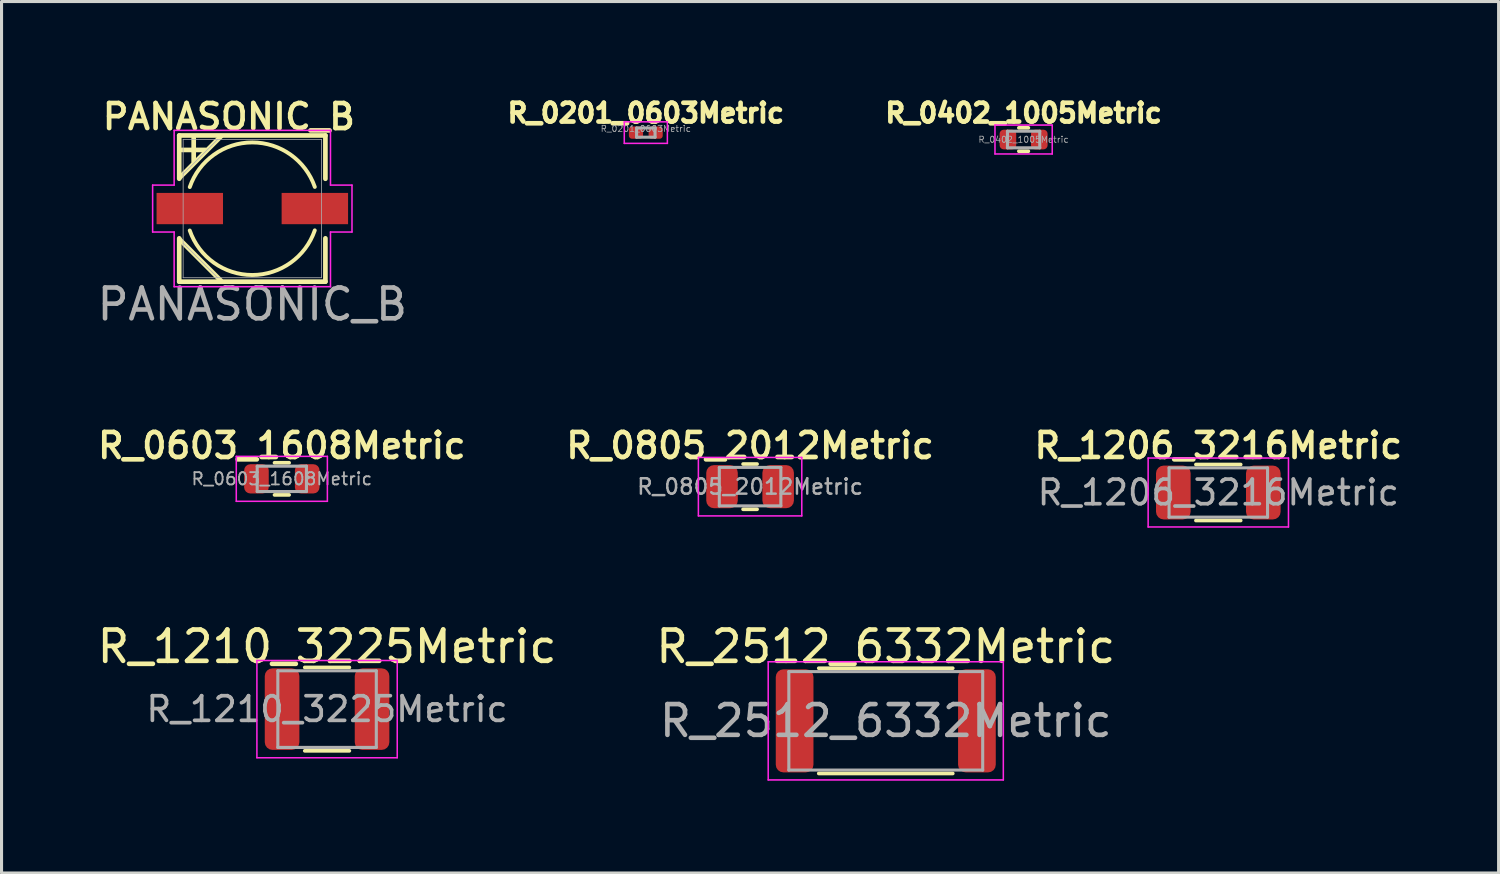
<source format=kicad_pcb>
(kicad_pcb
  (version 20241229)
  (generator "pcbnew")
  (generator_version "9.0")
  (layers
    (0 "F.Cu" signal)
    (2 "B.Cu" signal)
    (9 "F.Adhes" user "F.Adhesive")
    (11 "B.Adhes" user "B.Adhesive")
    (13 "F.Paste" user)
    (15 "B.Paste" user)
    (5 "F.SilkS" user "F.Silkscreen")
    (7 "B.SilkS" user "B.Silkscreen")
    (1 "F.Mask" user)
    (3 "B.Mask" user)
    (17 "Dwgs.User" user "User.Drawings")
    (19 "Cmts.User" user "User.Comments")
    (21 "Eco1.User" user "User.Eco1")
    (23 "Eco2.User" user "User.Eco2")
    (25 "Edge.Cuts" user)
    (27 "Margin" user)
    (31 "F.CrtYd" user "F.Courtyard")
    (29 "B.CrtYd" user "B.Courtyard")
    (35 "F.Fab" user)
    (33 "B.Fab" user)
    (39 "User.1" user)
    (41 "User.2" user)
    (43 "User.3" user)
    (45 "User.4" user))
  (footprint "R_0805_2012Metric"
    (layer "F.Cu")
    (at 21.324 12.764)
    (property "Reference" "R_0805_2012Metric" (at 0 -1.333 0) (layer "F.SilkS") (effects (font (size 0.813 0.813) (thickness 0.152) (bold yes))))
    (attr smd)
    (fp_line (start -0.227 -0.735) (end 0.227 -0.735) (stroke (width 0.12) (type solid)) (layer "F.SilkS"))
    (fp_line (start -0.227 0.735) (end 0.227 0.735) (stroke (width 0.12) (type solid)) (layer "F.SilkS"))
    (fp_line (start -1.68 -0.95) (end 1.68 -0.95) (stroke (width 0.05) (type solid)) (layer "F.CrtYd"))
    (fp_line (start -1.68 0.95) (end -1.68 -0.95) (stroke (width 0.05) (type solid)) (layer "F.CrtYd"))
    (fp_line (start 1.68 -0.95) (end 1.68 0.95) (stroke (width 0.05) (type solid)) (layer "F.CrtYd"))
    (fp_line (start 1.68 0.95) (end -1.68 0.95) (stroke (width 0.05) (type solid)) (layer "F.CrtYd"))
    (fp_line (start -1 -0.625) (end 1 -0.625) (stroke (width 0.1) (type solid)) (layer "F.Fab"))
    (fp_line (start -1 0.625) (end -1 -0.625) (stroke (width 0.1) (type solid)) (layer "F.Fab"))
    (fp_line (start 1 -0.625) (end 1 0.625) (stroke (width 0.1) (type solid)) (layer "F.Fab"))
    (fp_line (start 1 0.625) (end -1 0.625) (stroke (width 0.1) (type solid)) (layer "F.Fab"))
    (fp_text user "${REFERENCE}" (at 0 0 0) (layer "F.Fab") (effects (font (size 0.5 0.5) (thickness 0.08))))
    (pad "1" smd roundrect (at -0.912 0) (size 1.025 1.4) (layers "F.Cu" "F.Mask" "F.Paste") (roundrect_rratio 0.244))
    (pad "2" smd roundrect (at 0.912 0) (size 1.025 1.4) (layers "F.Cu" "F.Mask" "F.Paste") (roundrect_rratio 0.244)))
  (footprint "R_1206_3216Metric"
    (layer "F.Cu")
    (at 36.539 12.954)
    (property "Reference" "R_1206_3216Metric" (at 0 -1.524 0) (layer "F.SilkS") (effects (font (size 0.813 0.813) (thickness 0.152) (bold yes))))
    (attr smd)
    (fp_line (start -0.727 -0.91) (end 0.727 -0.91) (stroke (width 0.12) (type solid)) (layer "F.SilkS"))
    (fp_line (start -0.727 0.91) (end 0.727 0.91) (stroke (width 0.12) (type solid)) (layer "F.SilkS"))
    (fp_line (start -2.28 -1.12) (end 2.28 -1.12) (stroke (width 0.05) (type solid)) (layer "F.CrtYd"))
    (fp_line (start -2.28 1.12) (end -2.28 -1.12) (stroke (width 0.05) (type solid)) (layer "F.CrtYd"))
    (fp_line (start 2.28 -1.12) (end 2.28 1.12) (stroke (width 0.05) (type solid)) (layer "F.CrtYd"))
    (fp_line (start 2.28 1.12) (end -2.28 1.12) (stroke (width 0.05) (type solid)) (layer "F.CrtYd"))
    (fp_line (start -1.6 -0.8) (end 1.6 -0.8) (stroke (width 0.1) (type solid)) (layer "F.Fab"))
    (fp_line (start -1.6 0.8) (end -1.6 -0.8) (stroke (width 0.1) (type solid)) (layer "F.Fab"))
    (fp_line (start 1.6 -0.8) (end 1.6 0.8) (stroke (width 0.1) (type solid)) (layer "F.Fab"))
    (fp_line (start 1.6 0.8) (end -1.6 0.8) (stroke (width 0.1) (type solid)) (layer "F.Fab"))
    (fp_text user "${REFERENCE}" (at 0 0 0) (layer "F.Fab") (effects (font (size 0.8 0.8) (thickness 0.12))))
    (pad "1" smd roundrect (at -1.462 0) (size 1.125 1.75) (layers "F.Cu" "F.Mask" "F.Paste") (roundrect_rratio 0.222))
    (pad "2" smd roundrect (at 1.462 0) (size 1.125 1.75) (layers "F.Cu" "F.Mask" "F.Paste") (roundrect_rratio 0.222)))
  (footprint "R_0603_1608Metric"
    (layer "F.Cu")
    (at 6.108 12.51)
    (property "Reference" "R_0603_1608Metric" (at 0 -1.079 0) (layer "F.SilkS") (effects (font (size 0.813 0.813) (thickness 0.152) (bold yes))))
    (attr smd)
    (fp_line (start -0.237 -0.522) (end 0.237 -0.522) (stroke (width 0.12) (type solid)) (layer "F.SilkS"))
    (fp_line (start -0.237 0.522) (end 0.237 0.522) (stroke (width 0.12) (type solid)) (layer "F.SilkS"))
    (fp_line (start -1.48 -0.73) (end 1.48 -0.73) (stroke (width 0.05) (type solid)) (layer "F.CrtYd"))
    (fp_line (start -1.48 0.73) (end -1.48 -0.73) (stroke (width 0.05) (type solid)) (layer "F.CrtYd"))
    (fp_line (start 1.48 -0.73) (end 1.48 0.73) (stroke (width 0.05) (type solid)) (layer "F.CrtYd"))
    (fp_line (start 1.48 0.73) (end -1.48 0.73) (stroke (width 0.05) (type solid)) (layer "F.CrtYd"))
    (fp_line (start -0.8 -0.412) (end 0.8 -0.412) (stroke (width 0.1) (type solid)) (layer "F.Fab"))
    (fp_line (start -0.8 0.412) (end -0.8 -0.412) (stroke (width 0.1) (type solid)) (layer "F.Fab"))
    (fp_line (start 0.8 -0.412) (end 0.8 0.412) (stroke (width 0.1) (type solid)) (layer "F.Fab"))
    (fp_line (start 0.8 0.412) (end -0.8 0.412) (stroke (width 0.1) (type solid)) (layer "F.Fab"))
    (fp_text user "${REFERENCE}" (at 0 0 0) (layer "F.Fab") (effects (font (size 0.4 0.4) (thickness 0.06))))
    (pad "1" smd roundrect (at -0.825 0) (size 0.8 0.95) (layers "F.Cu" "F.Mask" "F.Paste") (roundrect_rratio 0.25))
    (pad "2" smd roundrect (at 0.825 0) (size 0.8 0.95) (layers "F.Cu" "F.Mask" "F.Paste") (roundrect_rratio 0.25)))
  (footprint "R_0201_0603Metric"
    (layer "F.Cu")
    (at 17.936 1.259)
    (property "Reference" "R_0201_0603Metric" (at 0 -0.635 0) (layer "F.SilkS") (effects (font (size 0.61 0.61) (thickness 0.152) (bold yes))))
    (attr smd)
    (fp_line (start -0.7 -0.35) (end 0.7 -0.35) (stroke (width 0.05) (type solid)) (layer "F.CrtYd"))
    (fp_line (start -0.7 0.35) (end -0.7 -0.35) (stroke (width 0.05) (type solid)) (layer "F.CrtYd"))
    (fp_line (start 0.7 -0.35) (end 0.7 0.35) (stroke (width 0.05) (type solid)) (layer "F.CrtYd"))
    (fp_line (start 0.7 0.35) (end -0.7 0.35) (stroke (width 0.05) (type solid)) (layer "F.CrtYd"))
    (fp_line (start -0.3 -0.15) (end 0.3 -0.15) (stroke (width 0.1) (type solid)) (layer "F.Fab"))
    (fp_line (start -0.3 0.15) (end -0.3 -0.15) (stroke (width 0.1) (type solid)) (layer "F.Fab"))
    (fp_line (start 0.3 -0.15) (end 0.3 0.15) (stroke (width 0.1) (type solid)) (layer "F.Fab"))
    (fp_line (start 0.3 0.15) (end -0.3 0.15) (stroke (width 0.1) (type solid)) (layer "F.Fab"))
    (fp_text user "${REFERENCE}" (at 0 -0.127 0) (layer "F.Fab") (effects (font (size 0.2 0.2) (thickness 0.025))))
    (pad "" smd roundrect (at -0.345 0) (size 0.318 0.36) (layers "F.Paste") (roundrect_rratio 0.25))
    (pad "" smd roundrect (at 0.345 0) (size 0.318 0.36) (layers "F.Paste") (roundrect_rratio 0.25))
    (pad "1" smd roundrect (at -0.32 0) (size 0.46 0.4) (layers "F.Cu" "F.Mask") (roundrect_rratio 0.25))
    (pad "2" smd roundrect (at 0.32 0) (size 0.46 0.4) (layers "F.Cu" "F.Mask") (roundrect_rratio 0.25)))
  (footprint "R_2512_6332Metric"
    (layer "F.Cu")
    (at 25.733 20.374)
    (property "Reference" "R_2512_6332Metric" (at 0 -2.413 0) (layer "F.SilkS") (effects (font (size 1.016 1.016) (thickness 0.152))))
    (attr smd)
    (fp_line (start -2.177 -1.71) (end 2.177 -1.71) (stroke (width 0.12) (type solid)) (layer "F.SilkS"))
    (fp_line (start -2.177 1.71) (end 2.177 1.71) (stroke (width 0.12) (type solid)) (layer "F.SilkS"))
    (fp_line (start -3.82 -1.92) (end 3.82 -1.92) (stroke (width 0.05) (type solid)) (layer "F.CrtYd"))
    (fp_line (start -3.82 1.92) (end -3.82 -1.92) (stroke (width 0.05) (type solid)) (layer "F.CrtYd"))
    (fp_line (start 3.82 -1.92) (end 3.82 1.92) (stroke (width 0.05) (type solid)) (layer "F.CrtYd"))
    (fp_line (start 3.82 1.92) (end -3.82 1.92) (stroke (width 0.05) (type solid)) (layer "F.CrtYd"))
    (fp_line (start -3.15 -1.6) (end 3.15 -1.6) (stroke (width 0.1) (type solid)) (layer "F.Fab"))
    (fp_line (start -3.15 1.6) (end -3.15 -1.6) (stroke (width 0.1) (type solid)) (layer "F.Fab"))
    (fp_line (start 3.15 -1.6) (end 3.15 1.6) (stroke (width 0.1) (type solid)) (layer "F.Fab"))
    (fp_line (start 3.15 1.6) (end -3.15 1.6) (stroke (width 0.1) (type solid)) (layer "F.Fab"))
    (fp_text user "${REFERENCE}" (at 0 0 0) (layer "F.Fab") (effects (font (size 1 1) (thickness 0.15))))
    (pad "1" smd roundrect (at -2.962 0) (size 1.225 3.35) (layers "F.Cu" "F.Mask" "F.Paste") (roundrect_rratio 0.204))
    (pad "2" smd roundrect (at 2.962 0) (size 1.225 3.35) (layers "F.Cu" "F.Mask" "F.Paste") (roundrect_rratio 0.204)))
  (footprint "PANASONIC_B"
    (layer "F.Cu")
    (at 5.149 3.727)
    (property "Reference" "PANASONIC_B" (at -0.762 -2.985 0) (unlocked yes) (layer "F.SilkS") (effects (font (size 0.813 0.813) (thickness 0.152) (bold yes))))
    (attr smd)
    (fp_line (start -2.375 -2.375) (end -2.375 -0.968) (stroke (width 0.152) (type solid)) (layer "F.SilkS"))
    (fp_line (start -2.375 0.968) (end -2.375 2.375) (stroke (width 0.152) (type solid)) (layer "F.SilkS"))
    (fp_line (start -2.375 2.375) (end 2.375 2.375) (stroke (width 0.152) (type solid)) (layer "F.SilkS"))
    (fp_line (start -2.349 -1.016) (end -1.016 -2.349) (stroke (width 0.152) (type default)) (layer "F.SilkS"))
    (fp_line (start -2.349 1.016) (end -1.016 2.349) (stroke (width 0.152) (type default)) (layer "F.SilkS"))
    (fp_line (start -1.905 -2.286) (end -1.905 -1.524) (stroke (width 0.152) (type solid)) (layer "F.SilkS"))
    (fp_line (start -1.524 -1.905) (end -2.286 -1.905) (stroke (width 0.152) (type solid)) (layer "F.SilkS"))
    (fp_line (start 2.375 -2.375) (end -2.375 -2.375) (stroke (width 0.152) (type solid)) (layer "F.SilkS"))
    (fp_line (start 2.375 -0.968) (end 2.375 -2.375) (stroke (width 0.152) (type solid)) (layer "F.SilkS"))
    (fp_line (start 2.375 2.375) (end 2.375 0.968) (stroke (width 0.152) (type solid)) (layer "F.SilkS"))
    (fp_arc (start -2.032 -0.6985) (mid -0.002308 -2.148702) (end 2.030494 -0.702863) (stroke (width 0.127) (type default)) (layer "F.SilkS"))
    (fp_arc (start 2.029692 0.708798) (mid 0 2.159) (end -2.032802 0.713161) (stroke (width 0.127) (type default)) (layer "F.SilkS"))
    (fp_line (start -3.239 -0.762) (end -2.54 -0.762) (stroke (width 0.05) (type default)) (layer "F.CrtYd"))
    (fp_line (start -3.239 0.762) (end -3.239 -0.762) (stroke (width 0.05) (type default)) (layer "F.CrtYd"))
    (fp_line (start -2.54 -2.54) (end 2.54 -2.54) (stroke (width 0.05) (type default)) (layer "F.CrtYd"))
    (fp_line (start -2.54 -0.762) (end -2.54 -2.54) (stroke (width 0.05) (type default)) (layer "F.CrtYd"))
    (fp_line (start -2.54 0.762) (end -3.239 0.762) (stroke (width 0.05) (type default)) (layer "F.CrtYd"))
    (fp_line (start -2.54 2.54) (end -2.54 0.762) (stroke (width 0.05) (type default)) (layer "F.CrtYd"))
    (fp_line (start 2.54 -2.54) (end 2.54 -0.762) (stroke (width 0.05) (type default)) (layer "F.CrtYd"))
    (fp_line (start 2.54 -0.762) (end 3.239 -0.762) (stroke (width 0.05) (type default)) (layer "F.CrtYd"))
    (fp_line (start 2.54 0.762) (end 2.54 2.54) (stroke (width 0.05) (type default)) (layer "F.CrtYd"))
    (fp_line (start 2.54 2.54) (end -2.54 2.54) (stroke (width 0.05) (type default)) (layer "F.CrtYd"))
    (fp_line (start 3.239 -0.762) (end 3.239 0.762) (stroke (width 0.05) (type default)) (layer "F.CrtYd"))
    (fp_line (start 3.239 0.762) (end 2.54 0.762) (stroke (width 0.05) (type default)) (layer "F.CrtYd"))
    (fp_line (start -2.248 -2.248) (end -2.248 2.248) (stroke (width 0.025) (type solid)) (layer "F.Fab"))
    (fp_line (start -2.248 -1.124) (end -1.124 -2.248) (stroke (width 0.025) (type solid)) (layer "F.Fab"))
    (fp_line (start -2.248 1.124) (end -1.124 2.248) (stroke (width 0.025) (type solid)) (layer "F.Fab"))
    (fp_line (start -2.248 2.248) (end 2.248 2.248) (stroke (width 0.025) (type solid)) (layer "F.Fab"))
    (fp_line (start 2.248 -2.248) (end -2.248 -2.248) (stroke (width 0.025) (type solid)) (layer "F.Fab"))
    (fp_line (start 2.248 2.248) (end 2.248 -2.248) (stroke (width 0.025) (type solid)) (layer "F.Fab"))
    (fp_text user "${REFERENCE}" (at 0 3.111 0) (unlocked yes) (layer "F.Fab") (effects (font (size 1 1) (thickness 0.15))))
    (pad "+" smd rect (at -2.032 0) (size 2.159 1.016) (layers "F.Cu" "F.Mask" "F.Paste"))
    (pad "-" smd rect (at 2.032 0) (size 2.159 1.016) (layers "F.Cu" "F.Mask" "F.Paste")))
  (footprint "R_1210_3225Metric"
    (layer "F.Cu")
    (at 7.578 19.993)
    (property "Reference" "R_1210_3225Metric" (at 0 -2.032 0) (layer "F.SilkS") (effects (font (size 1.016 1.016) (thickness 0.152))))
    (attr smd)
    (fp_line (start -0.724 -1.355) (end 0.724 -1.355) (stroke (width 0.12) (type solid)) (layer "F.SilkS"))
    (fp_line (start -0.724 1.355) (end 0.724 1.355) (stroke (width 0.12) (type solid)) (layer "F.SilkS"))
    (fp_line (start -2.28 -1.58) (end 2.28 -1.58) (stroke (width 0.05) (type solid)) (layer "F.CrtYd"))
    (fp_line (start -2.28 1.58) (end -2.28 -1.58) (stroke (width 0.05) (type solid)) (layer "F.CrtYd"))
    (fp_line (start 2.28 -1.58) (end 2.28 1.58) (stroke (width 0.05) (type solid)) (layer "F.CrtYd"))
    (fp_line (start 2.28 1.58) (end -2.28 1.58) (stroke (width 0.05) (type solid)) (layer "F.CrtYd"))
    (fp_line (start -1.6 -1.245) (end 1.6 -1.245) (stroke (width 0.1) (type solid)) (layer "F.Fab"))
    (fp_line (start -1.6 1.245) (end -1.6 -1.245) (stroke (width 0.1) (type solid)) (layer "F.Fab"))
    (fp_line (start 1.6 -1.245) (end 1.6 1.245) (stroke (width 0.1) (type solid)) (layer "F.Fab"))
    (fp_line (start 1.6 1.245) (end -1.6 1.245) (stroke (width 0.1) (type solid)) (layer "F.Fab"))
    (fp_text user "${REFERENCE}" (at 0 0 0) (layer "F.Fab") (effects (font (size 0.8 0.8) (thickness 0.12))))
    (pad "1" smd roundrect (at -1.462 0) (size 1.125 2.65) (layers "F.Cu" "F.Mask" "F.Paste") (roundrect_rratio 0.222))
    (pad "2" smd roundrect (at 1.462 0) (size 1.125 2.65) (layers "F.Cu" "F.Mask" "F.Paste") (roundrect_rratio 0.222)))
  (footprint "R_0402_1005Metric"
    (layer "F.Cu")
    (at 30.212 1.484)
    (property "Reference" "R_0402_1005Metric" (at 0 -0.86 0) (layer "F.SilkS") (effects (font (size 0.61 0.61) (thickness 0.152) (bold yes))))
    (attr smd)
    (fp_line (start -0.154 -0.38) (end 0.154 -0.38) (stroke (width 0.12) (type solid)) (layer "F.SilkS"))
    (fp_line (start -0.154 0.38) (end 0.154 0.38) (stroke (width 0.12) (type solid)) (layer "F.SilkS"))
    (fp_line (start -0.93 -0.47) (end 0.93 -0.47) (stroke (width 0.05) (type solid)) (layer "F.CrtYd"))
    (fp_line (start -0.93 0.47) (end -0.93 -0.47) (stroke (width 0.05) (type solid)) (layer "F.CrtYd"))
    (fp_line (start 0.93 -0.47) (end 0.93 0.47) (stroke (width 0.05) (type solid)) (layer "F.CrtYd"))
    (fp_line (start 0.93 0.47) (end -0.93 0.47) (stroke (width 0.05) (type solid)) (layer "F.CrtYd"))
    (fp_line (start -0.525 -0.27) (end 0.525 -0.27) (stroke (width 0.1) (type solid)) (layer "F.Fab"))
    (fp_line (start -0.525 0.27) (end -0.525 -0.27) (stroke (width 0.1) (type solid)) (layer "F.Fab"))
    (fp_line (start 0.525 -0.27) (end 0.525 0.27) (stroke (width 0.1) (type solid)) (layer "F.Fab"))
    (fp_line (start 0.525 0.27) (end -0.525 0.27) (stroke (width 0.1) (type solid)) (layer "F.Fab"))
    (fp_text user "${REFERENCE}" (at 0 0 0) (layer "F.Fab") (effects (font (size 0.2 0.2) (thickness 0.025))))
    (pad "1" smd roundrect (at -0.51 0) (size 0.54 0.64) (layers "F.Cu" "F.Mask" "F.Paste") (roundrect_rratio 0.25))
    (pad "2" smd roundrect (at 0.51 0) (size 0.54 0.64) (layers "F.Cu" "F.Mask" "F.Paste") (roundrect_rratio 0.25)))
  (gr_rect
    (start -3 -3)
    (end 45.647 25.319)
    (stroke (width 0.1) (type default))
    (fill no)
    (layer "Edge.Cuts")))
</source>
